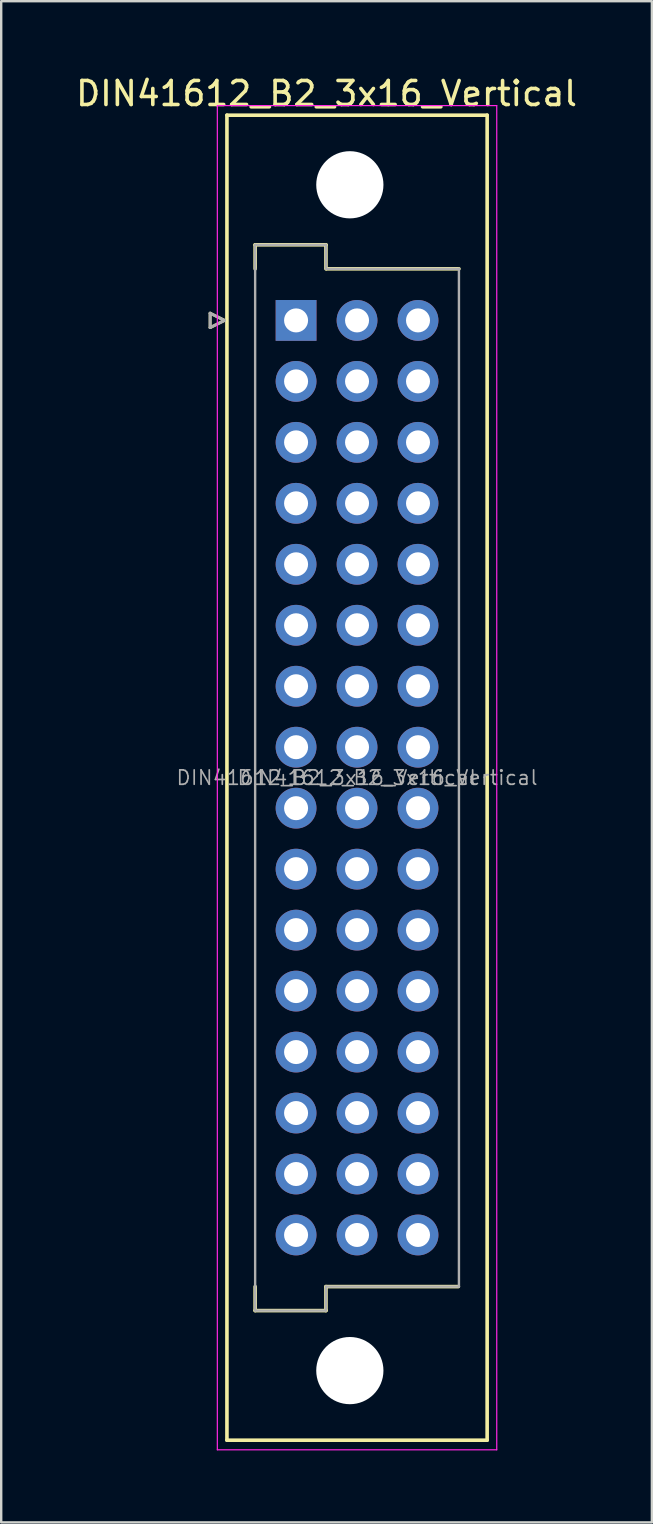
<source format=kicad_pcb>
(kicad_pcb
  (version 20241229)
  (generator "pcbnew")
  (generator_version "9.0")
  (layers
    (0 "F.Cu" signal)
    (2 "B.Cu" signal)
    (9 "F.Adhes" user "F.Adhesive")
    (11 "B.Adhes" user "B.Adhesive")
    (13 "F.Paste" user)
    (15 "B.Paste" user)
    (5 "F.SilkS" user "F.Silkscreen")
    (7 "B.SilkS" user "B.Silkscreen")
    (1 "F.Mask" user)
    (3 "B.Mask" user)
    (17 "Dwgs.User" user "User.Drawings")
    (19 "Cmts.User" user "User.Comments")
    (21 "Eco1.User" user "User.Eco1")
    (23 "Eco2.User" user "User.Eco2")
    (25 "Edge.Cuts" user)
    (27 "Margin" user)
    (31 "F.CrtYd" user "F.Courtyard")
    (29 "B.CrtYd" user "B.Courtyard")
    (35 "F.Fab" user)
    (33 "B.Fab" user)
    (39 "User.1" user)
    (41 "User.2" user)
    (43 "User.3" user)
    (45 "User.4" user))
  (footprint "DIN41612_B2_3x16_Vertical"
    (layer "F.Cu")
    (at 9.284 10.298)
    (property "Reference" "DIN41612_B2_3x16_Vertical" (at 1.27 -9.45 0) (layer "F.SilkS") (effects (font (size 1 1) (thickness 0.15))))
    (attr through_hole)
    (fp_line (start -3.58 -0.3) (end -3.58 0.3) (stroke (width 0.12) (type solid)) (layer "F.SilkS"))
    (fp_line (start -3.58 0.3) (end -2.98 0) (stroke (width 0.12) (type solid)) (layer "F.SilkS"))
    (fp_line (start -2.98 0) (end -3.58 -0.3) (stroke (width 0.12) (type solid)) (layer "F.SilkS"))
    (fp_line (start -2.88 -8.55) (end -2.88 46.65) (stroke (width 0.15) (type solid)) (layer "F.SilkS"))
    (fp_line (start -2.88 46.65) (end 7.96 46.65) (stroke (width 0.15) (type solid)) (layer "F.SilkS"))
    (fp_line (start -1.705 -3.15) (end 1.245 -3.15) (stroke (width 0.15) (type solid)) (layer "F.SilkS"))
    (fp_line (start -1.705 -2.15) (end -1.705 -3.15) (stroke (width 0.15) (type solid)) (layer "F.SilkS"))
    (fp_line (start -1.705 41.25) (end -1.705 40.25) (stroke (width 0.15) (type solid)) (layer "F.SilkS"))
    (fp_line (start 1.245 -3.15) (end 1.245 -2.15) (stroke (width 0.15) (type solid)) (layer "F.SilkS"))
    (fp_line (start 1.245 40.25) (end 1.245 41.25) (stroke (width 0.15) (type solid)) (layer "F.SilkS"))
    (fp_line (start 1.245 41.25) (end -1.705 41.25) (stroke (width 0.15) (type solid)) (layer "F.SilkS"))
    (fp_line (start 1.27 -2.15) (end 6.785 -2.15) (stroke (width 0.15) (type solid)) (layer "F.SilkS"))
    (fp_line (start 6.76 40.25) (end 1.245 40.25) (stroke (width 0.15) (type solid)) (layer "F.SilkS"))
    (fp_line (start 7.96 -8.55) (end -2.88 -8.55) (stroke (width 0.15) (type solid)) (layer "F.SilkS"))
    (fp_line (start 7.96 46.65) (end 7.96 -8.55) (stroke (width 0.15) (type solid)) (layer "F.SilkS"))
    (fp_line (start -3.28 -8.95) (end -3.28 47.05) (stroke (width 0.05) (type solid)) (layer "F.CrtYd"))
    (fp_line (start -3.28 47.05) (end 8.36 47.05) (stroke (width 0.05) (type solid)) (layer "F.CrtYd"))
    (fp_line (start 8.36 -8.95) (end -3.28 -8.95) (stroke (width 0.05) (type solid)) (layer "F.CrtYd"))
    (fp_line (start 8.36 47.05) (end 8.36 -8.95) (stroke (width 0.05) (type solid)) (layer "F.CrtYd"))
    (fp_line (start -3.58 -0.3) (end -3.58 0.3) (stroke (width 0.12) (type solid)) (layer "F.Fab"))
    (fp_line (start -3.58 0.3) (end -2.98 0) (stroke (width 0.12) (type solid)) (layer "F.Fab"))
    (fp_line (start -2.98 0) (end -3.58 -0.3) (stroke (width 0.12) (type solid)) (layer "F.Fab"))
    (fp_line (start -1.705 -3.15) (end 1.245 -3.15) (stroke (width 0.1) (type solid)) (layer "F.Fab"))
    (fp_line (start -1.705 -2.15) (end -1.705 -3.15) (stroke (width 0.1) (type solid)) (layer "F.Fab"))
    (fp_line (start -1.705 40.25) (end -1.705 -2.15) (stroke (width 0.1) (type solid)) (layer "F.Fab"))
    (fp_line (start -1.705 41.25) (end -1.705 40.25) (stroke (width 0.1) (type solid)) (layer "F.Fab"))
    (fp_line (start 1.245 -3.15) (end 1.245 -2.15) (stroke (width 0.1) (type solid)) (layer "F.Fab"))
    (fp_line (start 1.245 40.25) (end 1.245 41.25) (stroke (width 0.1) (type solid)) (layer "F.Fab"))
    (fp_line (start 1.245 41.25) (end -1.705 41.25) (stroke (width 0.1) (type solid)) (layer "F.Fab"))
    (fp_line (start 1.27 -2.15) (end 6.785 -2.15) (stroke (width 0.1) (type solid)) (layer "F.Fab"))
    (fp_line (start 6.785 -2.15) (end 6.785 40.25) (stroke (width 0.1) (type solid)) (layer "F.Fab"))
    (fp_line (start 6.785 40.25) (end 1.245 40.25) (stroke (width 0.1) (type solid)) (layer "F.Fab"))
    (fp_text user "${REFERENCE}" (at 1.27 19.05 0) (layer "F.Fab") (effects (font (size 0.6 0.6) (thickness 0.07))))
    (fp_text user "${REFERENCE}" (at 3.81 19.05 0) (layer "F.Fab") (effects (font (size 0.6 0.6) (thickness 0.07))))
    (pad "" np_thru_hole circle (at 2.24 -5.65) (size 2.8 2.8) (drill 2.8) (layers "*.Cu" "*.Mask"))
    (pad "" np_thru_hole circle (at 2.24 43.75) (size 2.8 2.8) (drill 2.8) (layers "*.Cu" "*.Mask"))
    (pad "A1" thru_hole rect (at 0 0) (size 1.7 1.7) (drill 1) (layers "*.Cu" "*.Mask"))
    (pad "A2" thru_hole circle (at 0 2.54) (size 1.7 1.7) (drill 1) (layers "*.Cu" "*.Mask"))
    (pad "A3" thru_hole circle (at 0 5.08) (size 1.7 1.7) (drill 1) (layers "*.Cu" "*.Mask"))
    (pad "A4" thru_hole circle (at 0 7.62) (size 1.7 1.7) (drill 1) (layers "*.Cu" "*.Mask"))
    (pad "A5" thru_hole circle (at 0 10.16) (size 1.7 1.7) (drill 1) (layers "*.Cu" "*.Mask"))
    (pad "A6" thru_hole circle (at 0 12.7) (size 1.7 1.7) (drill 1) (layers "*.Cu" "*.Mask"))
    (pad "A7" thru_hole circle (at 0 15.24) (size 1.7 1.7) (drill 1) (layers "*.Cu" "*.Mask"))
    (pad "A8" thru_hole circle (at 0 17.78) (size 1.7 1.7) (drill 1) (layers "*.Cu" "*.Mask"))
    (pad "A9" thru_hole circle (at 0 20.32) (size 1.7 1.7) (drill 1) (layers "*.Cu" "*.Mask"))
    (pad "A10" thru_hole circle (at 0 22.86) (size 1.7 1.7) (drill 1) (layers "*.Cu" "*.Mask"))
    (pad "A11" thru_hole circle (at 0 25.4) (size 1.7 1.7) (drill 1) (layers "*.Cu" "*.Mask"))
    (pad "A12" thru_hole circle (at 0 27.94) (size 1.7 1.7) (drill 1) (layers "*.Cu" "*.Mask"))
    (pad "A13" thru_hole circle (at 0 30.48) (size 1.7 1.7) (drill 1) (layers "*.Cu" "*.Mask"))
    (pad "A14" thru_hole circle (at 0 33.02) (size 1.7 1.7) (drill 1) (layers "*.Cu" "*.Mask"))
    (pad "A15" thru_hole circle (at 0 35.56) (size 1.7 1.7) (drill 1) (layers "*.Cu" "*.Mask"))
    (pad "A16" thru_hole circle (at 0 38.1) (size 1.7 1.7) (drill 1) (layers "*.Cu" "*.Mask"))
    (pad "B1" thru_hole circle (at 2.54 0) (size 1.7 1.7) (drill 1) (layers "*.Cu" "*.Mask"))
    (pad "B2" thru_hole circle (at 2.54 2.54) (size 1.7 1.7) (drill 1) (layers "*.Cu" "*.Mask"))
    (pad "B3" thru_hole circle (at 2.54 5.08) (size 1.7 1.7) (drill 1) (layers "*.Cu" "*.Mask"))
    (pad "B4" thru_hole circle (at 2.54 7.62) (size 1.7 1.7) (drill 1) (layers "*.Cu" "*.Mask"))
    (pad "B5" thru_hole circle (at 2.54 10.16) (size 1.7 1.7) (drill 1) (layers "*.Cu" "*.Mask"))
    (pad "B6" thru_hole circle (at 2.54 12.7) (size 1.7 1.7) (drill 1) (layers "*.Cu" "*.Mask"))
    (pad "B7" thru_hole circle (at 2.54 15.24) (size 1.7 1.7) (drill 1) (layers "*.Cu" "*.Mask"))
    (pad "B8" thru_hole circle (at 2.54 17.78) (size 1.7 1.7) (drill 1) (layers "*.Cu" "*.Mask"))
    (pad "B9" thru_hole circle (at 2.54 20.32) (size 1.7 1.7) (drill 1) (layers "*.Cu" "*.Mask"))
    (pad "B10" thru_hole circle (at 2.54 22.86) (size 1.7 1.7) (drill 1) (layers "*.Cu" "*.Mask"))
    (pad "B11" thru_hole circle (at 2.54 25.4) (size 1.7 1.7) (drill 1) (layers "*.Cu" "*.Mask"))
    (pad "B12" thru_hole circle (at 2.54 27.94) (size 1.7 1.7) (drill 1) (layers "*.Cu" "*.Mask"))
    (pad "B13" thru_hole circle (at 2.54 30.48) (size 1.7 1.7) (drill 1) (layers "*.Cu" "*.Mask"))
    (pad "B14" thru_hole circle (at 2.54 33.02) (size 1.7 1.7) (drill 1) (layers "*.Cu" "*.Mask"))
    (pad "B15" thru_hole circle (at 2.54 35.56) (size 1.7 1.7) (drill 1) (layers "*.Cu" "*.Mask"))
    (pad "B16" thru_hole circle (at 2.54 38.1) (size 1.7 1.7) (drill 1) (layers "*.Cu" "*.Mask"))
    (pad "C1" thru_hole circle (at 5.08 0) (size 1.7 1.7) (drill 1) (layers "*.Cu" "*.Mask"))
    (pad "C2" thru_hole circle (at 5.08 2.54) (size 1.7 1.7) (drill 1) (layers "*.Cu" "*.Mask"))
    (pad "C3" thru_hole circle (at 5.08 5.08) (size 1.7 1.7) (drill 1) (layers "*.Cu" "*.Mask"))
    (pad "C4" thru_hole circle (at 5.08 7.62) (size 1.7 1.7) (drill 1) (layers "*.Cu" "*.Mask"))
    (pad "C5" thru_hole circle (at 5.08 10.16) (size 1.7 1.7) (drill 1) (layers "*.Cu" "*.Mask"))
    (pad "C6" thru_hole circle (at 5.08 12.7) (size 1.7 1.7) (drill 1) (layers "*.Cu" "*.Mask"))
    (pad "C7" thru_hole circle (at 5.08 15.24) (size 1.7 1.7) (drill 1) (layers "*.Cu" "*.Mask"))
    (pad "C8" thru_hole circle (at 5.08 17.78) (size 1.7 1.7) (drill 1) (layers "*.Cu" "*.Mask"))
    (pad "C9" thru_hole circle (at 5.08 20.32) (size 1.7 1.7) (drill 1) (layers "*.Cu" "*.Mask"))
    (pad "C10" thru_hole circle (at 5.08 22.86) (size 1.7 1.7) (drill 1) (layers "*.Cu" "*.Mask"))
    (pad "C11" thru_hole circle (at 5.08 25.4) (size 1.7 1.7) (drill 1) (layers "*.Cu" "*.Mask"))
    (pad "C12" thru_hole circle (at 5.08 27.94) (size 1.7 1.7) (drill 1) (layers "*.Cu" "*.Mask"))
    (pad "C13" thru_hole circle (at 5.08 30.48) (size 1.7 1.7) (drill 1) (layers "*.Cu" "*.Mask"))
    (pad "C14" thru_hole circle (at 5.08 33.02) (size 1.7 1.7) (drill 1) (layers "*.Cu" "*.Mask"))
    (pad "C15" thru_hole circle (at 5.08 35.56) (size 1.7 1.7) (drill 1) (layers "*.Cu" "*.Mask"))
    (pad "C16" thru_hole circle (at 5.08 38.1) (size 1.7 1.7) (drill 1) (layers "*.Cu" "*.Mask")))
  (gr_rect
    (start -3 -3)
    (end 24.107 60.373)
    (stroke (width 0.1) (type default))
    (fill no)
    (layer "Edge.Cuts")))
</source>
